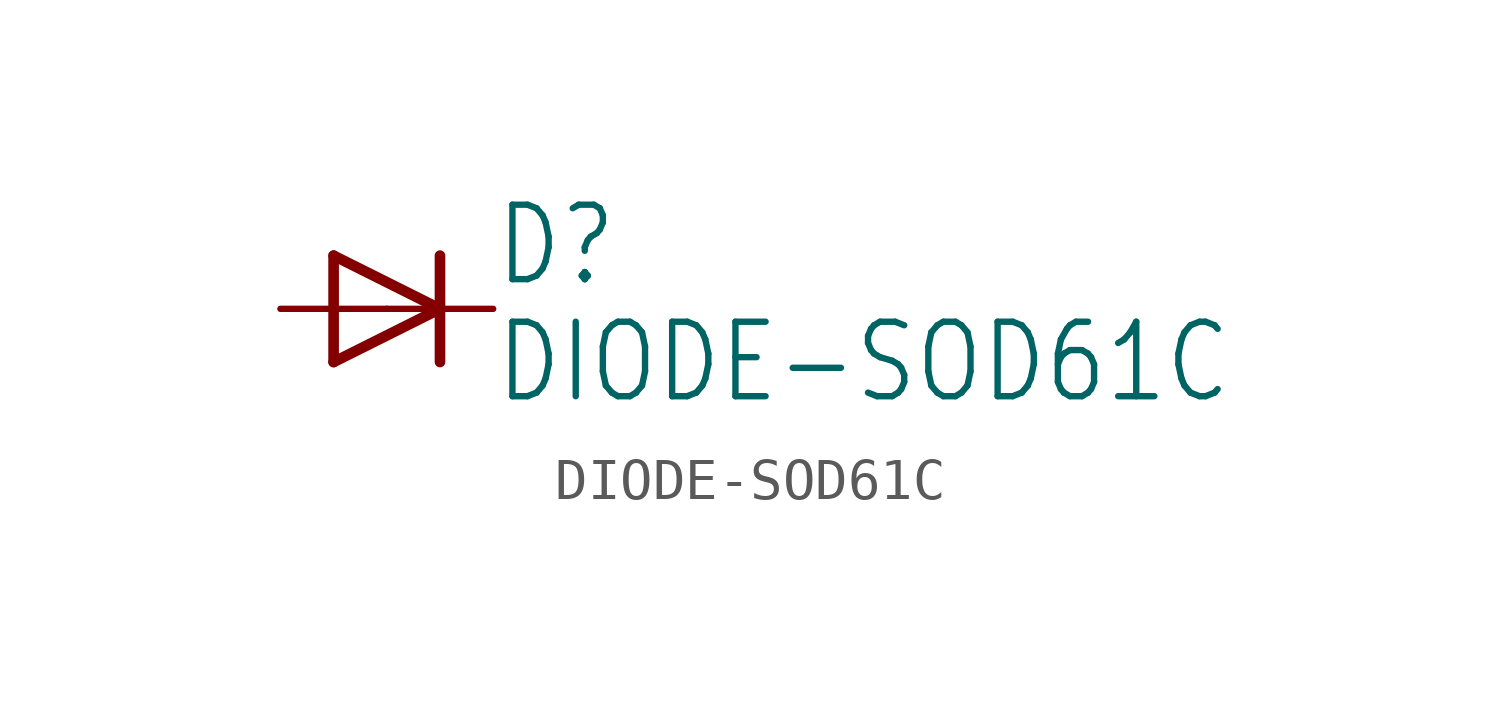
<source format=kicad_sym>
(kicad_symbol_lib
  (version 20211014)
  (generator kicad_symbol_editor)
  (symbol "DIODE-SOD61C"
    (property "Reference" "D"
      (at 2.54 0.483 0)
      (effects (font (size 1.778 1.511)) (justify left bottom)))
    (property "Value" "DIODE-SOD61C"
      (at 2.54 -2.311 0)
      (effects (font (size 1.778 1.511)) (justify left bottom)))
    (property "ki_locked" ""
      (at 0 0 0)
      (effects (font (size 1.27 1.27))))
    (symbol "DIODE-SOD61C_1_0"
      (polyline (pts (xy -1.27 -1.27) (xy 1.27 0)) (stroke (width 0.254) (type default) (color 0 0 0 0)) (fill (type none)))
      (polyline (pts (xy -1.27 1.27) (xy -1.27 -1.27)) (stroke (width 0.254) (type default) (color 0 0 0 0)) (fill (type none)))
      (polyline (pts (xy 1.27 0) (xy -1.27 1.27)) (stroke (width 0.254) (type default) (color 0 0 0 0)) (fill (type none)))
      (polyline (pts (xy 1.27 0) (xy 1.27 -1.27)) (stroke (width 0.254) (type default) (color 0 0 0 0)) (fill (type none)))
      (polyline (pts (xy 1.27 1.27) (xy 1.27 0)) (stroke (width 0.254) (type default) (color 0 0 0 0)) (fill (type none)))
      (pin passive line (at -2.54 0 0) (length 2.54) (name "A" (effects (font (size 0 0)))) (number "A" (effects (font (size 0 0)))))
      (pin passive line (at 2.54 0 180) (length 2.54) (name "C" (effects (font (size 0 0)))) (number "C" (effects (font (size 0 0))))))))
</source>
